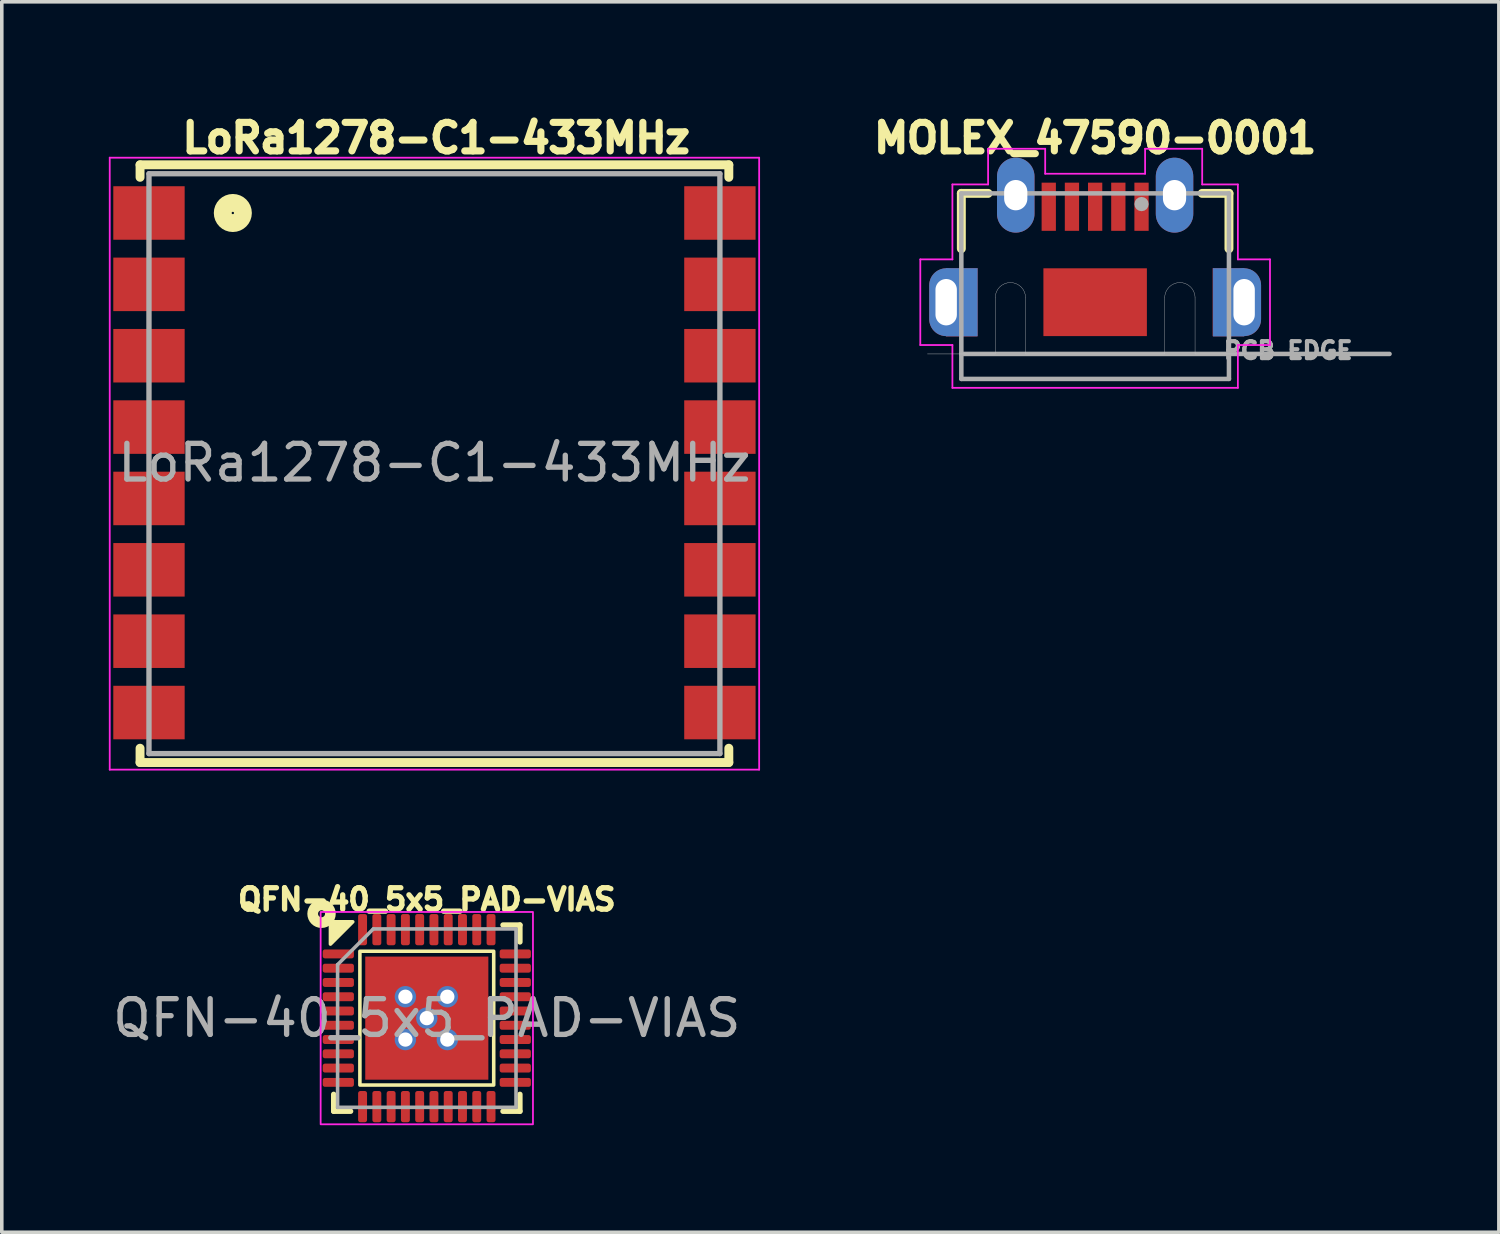
<source format=kicad_pcb>
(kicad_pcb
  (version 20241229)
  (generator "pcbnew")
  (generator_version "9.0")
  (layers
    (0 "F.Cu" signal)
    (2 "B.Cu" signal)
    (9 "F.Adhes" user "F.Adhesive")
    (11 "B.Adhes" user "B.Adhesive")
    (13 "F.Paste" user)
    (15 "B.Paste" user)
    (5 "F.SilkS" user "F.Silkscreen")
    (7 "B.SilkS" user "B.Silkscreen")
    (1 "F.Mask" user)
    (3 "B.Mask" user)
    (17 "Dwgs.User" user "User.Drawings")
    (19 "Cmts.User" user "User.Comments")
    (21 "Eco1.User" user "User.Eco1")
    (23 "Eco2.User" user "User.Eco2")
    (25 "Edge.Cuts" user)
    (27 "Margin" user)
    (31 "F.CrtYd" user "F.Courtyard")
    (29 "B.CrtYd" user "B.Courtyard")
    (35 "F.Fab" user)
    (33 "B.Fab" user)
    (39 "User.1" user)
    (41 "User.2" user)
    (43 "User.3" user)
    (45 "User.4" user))
  (footprint "LoRa1278-C1-433MHz"
    (layer "F.Cu")
    (at 9.125 9.919)
    (property "Reference" "LoRa1278-C1-433MHz" (at 0.05 -9.1 0) (unlocked yes) (layer "F.SilkS") (effects (font (size 0.8 0.8) (thickness 0.2) (bold yes))))
    (attr smd)
    (fp_line (start -8.25 -8.35) (end 8.25 -8.35) (stroke (width 0.25) (type solid)) (layer "F.SilkS"))
    (fp_line (start -8.25 -8) (end -8.25 -8.35) (stroke (width 0.25) (type solid)) (layer "F.SilkS"))
    (fp_line (start -8.25 8) (end -8.25 8.4) (stroke (width 0.25) (type solid)) (layer "F.SilkS"))
    (fp_line (start -8.25 8.4) (end 8.25 8.4) (stroke (width 0.25) (type solid)) (layer "F.SilkS"))
    (fp_line (start 8.25 -8.35) (end 8.25 -8) (stroke (width 0.25) (type solid)) (layer "F.SilkS"))
    (fp_line (start 8.25 8.4) (end 8.25 8) (stroke (width 0.25) (type solid)) (layer "F.SilkS"))
    (fp_circle (center -5.65 -7) (end -5.367 -7) (stroke (width 0.5) (type default)) (fill no) (layer "F.SilkS"))
    (fp_line (start -9.1 -8.55) (end 9.1 -8.55) (stroke (width 0.05) (type solid)) (layer "F.CrtYd"))
    (fp_line (start -9.1 8.6) (end -9.1 -8.55) (stroke (width 0.05) (type solid)) (layer "F.CrtYd"))
    (fp_line (start 9.1 -8.55) (end 9.1 8.6) (stroke (width 0.05) (type solid)) (layer "F.CrtYd"))
    (fp_line (start 9.1 8.6) (end -9.1 8.6) (stroke (width 0.05) (type solid)) (layer "F.CrtYd"))
    (fp_line (start -8 -8.1) (end 8 -8.1) (stroke (width 0.15) (type solid)) (layer "F.Fab"))
    (fp_line (start -8 8.15) (end -8 -8.1) (stroke (width 0.15) (type solid)) (layer "F.Fab"))
    (fp_line (start 8 -8.1) (end 8 8.15) (stroke (width 0.15) (type solid)) (layer "F.Fab"))
    (fp_line (start 8 8.15) (end -8 8.15) (stroke (width 0.15) (type solid)) (layer "F.Fab"))
    (fp_text user "${REFERENCE}" (at 0 0 0) (unlocked yes) (layer "F.Fab") (effects (font (size 1 1) (thickness 0.15))))
    (pad "1" smd rect (at -8 -7) (size 2 1.5) (layers "F.Cu" "F.Mask" "F.Paste"))
    (pad "2" smd rect (at -8 -5) (size 2 1.5) (layers "F.Cu" "F.Mask" "F.Paste"))
    (pad "3" smd rect (at -8 -3) (size 2 1.5) (layers "F.Cu" "F.Mask" "F.Paste"))
    (pad "4" smd rect (at -8 -1) (size 2 1.5) (layers "F.Cu" "F.Mask" "F.Paste"))
    (pad "5" smd rect (at -8 1) (size 2 1.5) (layers "F.Cu" "F.Mask" "F.Paste"))
    (pad "6" smd rect (at -8 3) (size 2 1.5) (layers "F.Cu" "F.Mask" "F.Paste"))
    (pad "7" smd rect (at -8 5) (size 2 1.5) (layers "F.Cu" "F.Mask" "F.Paste"))
    (pad "8" smd rect (at -8 7) (size 2 1.5) (layers "F.Cu" "F.Mask" "F.Paste"))
    (pad "9" smd rect (at 8 7) (size 2 1.5) (layers "F.Cu" "F.Mask" "F.Paste"))
    (pad "10" smd rect (at 8 5) (size 2 1.5) (layers "F.Cu" "F.Mask" "F.Paste"))
    (pad "11" smd rect (at 8 3) (size 2 1.5) (layers "F.Cu" "F.Mask" "F.Paste"))
    (pad "12" smd rect (at 8 1) (size 2 1.5) (layers "F.Cu" "F.Mask" "F.Paste"))
    (pad "13" smd rect (at 8 -1) (size 2 1.5) (layers "F.Cu" "F.Mask" "F.Paste"))
    (pad "14" smd rect (at 8 -3) (size 2 1.5) (layers "F.Cu" "F.Mask" "F.Paste"))
    (pad "15" smd rect (at 8 -5) (size 2 1.5) (layers "F.Cu" "F.Mask" "F.Paste"))
    (pad "16" smd rect (at 8 -7) (size 2 1.5) (layers "F.Cu" "F.Mask" "F.Paste")))
  (footprint "QFN-40_5x5_PAD-VIAS"
    (layer "F.Cu")
    (at 8.911 25.483)
    (property "Reference" "QFN-40_5x5_PAD-VIAS" (at 0 -3.325 0) (unlocked yes) (layer "F.SilkS") (effects (font (size 0.6 0.6) (thickness 0.15) (bold yes))))
    (attr smd)
    (fp_line (start -2.61 2.61) (end -2.61 2.135) (stroke (width 0.15) (type solid)) (layer "F.SilkS"))
    (fp_line (start -2.135 2.61) (end -2.61 2.61) (stroke (width 0.15) (type solid)) (layer "F.SilkS"))
    (fp_line (start 2.135 -2.61) (end 2.61 -2.61) (stroke (width 0.15) (type solid)) (layer "F.SilkS"))
    (fp_line (start 2.135 2.61) (end 2.61 2.61) (stroke (width 0.15) (type solid)) (layer "F.SilkS"))
    (fp_line (start 2.61 -2.61) (end 2.61 -2.135) (stroke (width 0.15) (type solid)) (layer "F.SilkS"))
    (fp_line (start 2.61 2.61) (end 2.61 2.135) (stroke (width 0.15) (type solid)) (layer "F.SilkS"))
    (fp_rect (start -1.875 -1.875) (end 1.875 1.875) (stroke (width 0.1) (type default)) (fill no) (layer "F.SilkS"))
    (fp_circle (center -2.95 -2.925) (end -2.852 -2.925) (stroke (width 0.3) (type solid)) (fill no) (layer "F.SilkS"))
    (fp_poly (pts (xy -2.075 -2.7) (xy -2.7 -2.7) (xy -2.7 -2.075)) (stroke (width 0.1) (type solid)) (fill yes) (layer "F.SilkS"))
    (fp_rect (start -2.975 -2.975) (end 2.975 2.975) (stroke (width 0.05) (type default)) (fill no) (layer "F.CrtYd"))
    (fp_line (start -2.5 -1.5) (end -1.5 -2.5) (stroke (width 0.1) (type solid)) (layer "F.Fab"))
    (fp_line (start -2.5 2.5) (end -2.5 -1.5) (stroke (width 0.1) (type solid)) (layer "F.Fab"))
    (fp_line (start -1.5 -2.5) (end 2.5 -2.5) (stroke (width 0.1) (type solid)) (layer "F.Fab"))
    (fp_line (start 2.5 -2.5) (end 2.5 2.5) (stroke (width 0.1) (type solid)) (layer "F.Fab"))
    (fp_line (start 2.5 2.5) (end -2.5 2.5) (stroke (width 0.1) (type solid)) (layer "F.Fab"))
    (fp_text user "${REFERENCE}" (at 0 0 0) (unlocked yes) (layer "F.Fab") (effects (font (size 1 1) (thickness 0.15))))
    (pad "" smd roundrect (at -1.15 -1.15) (size 0.93 0.93) (layers "F.Paste") (roundrect_rratio 0.25))
    (pad "" smd roundrect (at -1.15 0) (size 0.93 0.93) (layers "F.Paste") (roundrect_rratio 0.25))
    (pad "" smd roundrect (at -1.15 1.15) (size 0.93 0.93) (layers "F.Paste") (roundrect_rratio 0.25))
    (pad "" smd roundrect (at 0 -1.15) (size 0.93 0.93) (layers "F.Paste") (roundrect_rratio 0.25))
    (pad "" smd roundrect (at 0 0) (size 0.93 0.93) (layers "F.Paste") (roundrect_rratio 0.25))
    (pad "" smd roundrect (at 0 1.15) (size 0.93 0.93) (layers "F.Paste") (roundrect_rratio 0.25))
    (pad "" smd roundrect (at 1.15 -1.15) (size 0.93 0.93) (layers "F.Paste") (roundrect_rratio 0.25))
    (pad "" smd roundrect (at 1.15 0) (size 0.93 0.93) (layers "F.Paste") (roundrect_rratio 0.25))
    (pad "" smd roundrect (at 1.15 1.15) (size 0.93 0.93) (layers "F.Paste") (roundrect_rratio 0.25))
    (pad "1" smd roundrect (at -2.48 -1.8) (size 0.875 0.25) (layers "F.Cu" "F.Mask" "F.Paste") (roundrect_rratio 0.25))
    (pad "2" smd roundrect (at -2.48 -1.4) (size 0.875 0.25) (layers "F.Cu" "F.Mask" "F.Paste") (roundrect_rratio 0.25))
    (pad "3" smd roundrect (at -2.48 -1) (size 0.875 0.25) (layers "F.Cu" "F.Mask" "F.Paste") (roundrect_rratio 0.25))
    (pad "4" smd roundrect (at -2.48 -0.6) (size 0.875 0.25) (layers "F.Cu" "F.Mask" "F.Paste") (roundrect_rratio 0.25))
    (pad "5" smd roundrect (at -2.48 -0.2) (size 0.875 0.25) (layers "F.Cu" "F.Mask" "F.Paste") (roundrect_rratio 0.25))
    (pad "6" smd roundrect (at -2.48 0.2) (size 0.875 0.25) (layers "F.Cu" "F.Mask" "F.Paste") (roundrect_rratio 0.25))
    (pad "7" smd roundrect (at -2.48 0.6) (size 0.875 0.25) (layers "F.Cu" "F.Mask" "F.Paste") (roundrect_rratio 0.25))
    (pad "8" smd roundrect (at -2.48 1) (size 0.875 0.25) (layers "F.Cu" "F.Mask" "F.Paste") (roundrect_rratio 0.25))
    (pad "9" smd roundrect (at -2.48 1.4) (size 0.875 0.25) (layers "F.Cu" "F.Mask" "F.Paste") (roundrect_rratio 0.25))
    (pad "10" smd roundrect (at -2.48 1.8) (size 0.875 0.25) (layers "F.Cu" "F.Mask" "F.Paste") (roundrect_rratio 0.25))
    (pad "11" smd roundrect (at -1.8 2.48) (size 0.25 0.875) (layers "F.Cu" "F.Mask" "F.Paste") (roundrect_rratio 0.25))
    (pad "12" smd roundrect (at -1.4 2.48) (size 0.25 0.875) (layers "F.Cu" "F.Mask" "F.Paste") (roundrect_rratio 0.25))
    (pad "13" smd roundrect (at -1 2.48) (size 0.25 0.875) (layers "F.Cu" "F.Mask" "F.Paste") (roundrect_rratio 0.25))
    (pad "14" smd roundrect (at -0.6 2.48) (size 0.25 0.875) (layers "F.Cu" "F.Mask" "F.Paste") (roundrect_rratio 0.25))
    (pad "15" smd roundrect (at -0.2 2.48) (size 0.25 0.875) (layers "F.Cu" "F.Mask" "F.Paste") (roundrect_rratio 0.25))
    (pad "16" smd roundrect (at 0.2 2.48) (size 0.25 0.875) (layers "F.Cu" "F.Mask" "F.Paste") (roundrect_rratio 0.25))
    (pad "17" smd roundrect (at 0.6 2.48) (size 0.25 0.875) (layers "F.Cu" "F.Mask" "F.Paste") (roundrect_rratio 0.25))
    (pad "18" smd roundrect (at 1 2.48) (size 0.25 0.875) (layers "F.Cu" "F.Mask" "F.Paste") (roundrect_rratio 0.25))
    (pad "19" smd roundrect (at 1.4 2.48) (size 0.25 0.875) (layers "F.Cu" "F.Mask" "F.Paste") (roundrect_rratio 0.25))
    (pad "20" smd roundrect (at 1.8 2.48) (size 0.25 0.875) (layers "F.Cu" "F.Mask" "F.Paste") (roundrect_rratio 0.25))
    (pad "21" smd roundrect (at 2.48 1.8) (size 0.875 0.25) (layers "F.Cu" "F.Mask" "F.Paste") (roundrect_rratio 0.25))
    (pad "22" smd roundrect (at 2.48 1.4) (size 0.875 0.25) (layers "F.Cu" "F.Mask" "F.Paste") (roundrect_rratio 0.25))
    (pad "23" smd roundrect (at 2.48 1) (size 0.875 0.25) (layers "F.Cu" "F.Mask" "F.Paste") (roundrect_rratio 0.25))
    (pad "24" smd roundrect (at 2.48 0.6) (size 0.875 0.25) (layers "F.Cu" "F.Mask" "F.Paste") (roundrect_rratio 0.25))
    (pad "25" smd roundrect (at 2.48 0.2) (size 0.875 0.25) (layers "F.Cu" "F.Mask" "F.Paste") (roundrect_rratio 0.25))
    (pad "26" smd roundrect (at 2.48 -0.2) (size 0.875 0.25) (layers "F.Cu" "F.Mask" "F.Paste") (roundrect_rratio 0.25))
    (pad "27" smd roundrect (at 2.48 -0.6) (size 0.875 0.25) (layers "F.Cu" "F.Mask" "F.Paste") (roundrect_rratio 0.25))
    (pad "28" smd roundrect (at 2.48 -1) (size 0.875 0.25) (layers "F.Cu" "F.Mask" "F.Paste") (roundrect_rratio 0.25))
    (pad "29" smd roundrect (at 2.48 -1.4) (size 0.875 0.25) (layers "F.Cu" "F.Mask" "F.Paste") (roundrect_rratio 0.25))
    (pad "30" smd roundrect (at 2.48 -1.8) (size 0.875 0.25) (layers "F.Cu" "F.Mask" "F.Paste") (roundrect_rratio 0.25))
    (pad "31" smd roundrect (at 1.8 -2.48) (size 0.25 0.875) (layers "F.Cu" "F.Mask" "F.Paste") (roundrect_rratio 0.25))
    (pad "32" smd roundrect (at 1.4 -2.48) (size 0.25 0.875) (layers "F.Cu" "F.Mask" "F.Paste") (roundrect_rratio 0.25))
    (pad "33" smd roundrect (at 1 -2.48) (size 0.25 0.875) (layers "F.Cu" "F.Mask" "F.Paste") (roundrect_rratio 0.25))
    (pad "34" smd roundrect (at 0.6 -2.48) (size 0.25 0.875) (layers "F.Cu" "F.Mask" "F.Paste") (roundrect_rratio 0.25))
    (pad "35" smd roundrect (at 0.2 -2.48) (size 0.25 0.875) (layers "F.Cu" "F.Mask" "F.Paste") (roundrect_rratio 0.25))
    (pad "36" smd roundrect (at -0.2 -2.48) (size 0.25 0.875) (layers "F.Cu" "F.Mask" "F.Paste") (roundrect_rratio 0.25))
    (pad "37" smd roundrect (at -0.6 -2.48) (size 0.25 0.875) (layers "F.Cu" "F.Mask" "F.Paste") (roundrect_rratio 0.25))
    (pad "38" smd roundrect (at -1 -2.48) (size 0.25 0.875) (layers "F.Cu" "F.Mask" "F.Paste") (roundrect_rratio 0.25))
    (pad "39" smd roundrect (at -1.4 -2.48) (size 0.25 0.875) (layers "F.Cu" "F.Mask" "F.Paste") (roundrect_rratio 0.25))
    (pad "40" smd roundrect (at -1.8 -2.48) (size 0.25 0.875) (layers "F.Cu" "F.Mask" "F.Paste") (roundrect_rratio 0.25))
    (pad "41" thru_hole circle (at -0.6 -0.6) (size 0.6 0.6) (drill 0.4) (layers "*.Cu"))
    (pad "41" thru_hole circle (at -0.6 0.6) (size 0.6 0.6) (drill 0.4) (layers "*.Cu"))
    (pad "41" thru_hole circle (at 0 0) (size 0.6 0.6) (drill 0.4) (layers "*.Cu"))
    (pad "41" smd rect (at 0 0) (size 3.45 3.45) (layers "F.Cu" "F.Mask"))
    (pad "41" thru_hole circle (at 0.575 -0.6) (size 0.6 0.6) (drill 0.4) (layers "*.Cu"))
    (pad "41" thru_hole circle (at 0.575 0.6) (size 0.6 0.6) (drill 0.4) (layers "*.Cu")))
  (footprint "MOLEX_47590-0001"
    (layer "F.Cu")
    (at 27.641 5.419)
    (property "Reference" "MOLEX_47590-0001" (at 0 -4.6 0) (layer "F.SilkS") (effects (font (size 0.8 0.8) (thickness 0.2) (bold yes))))
    (attr smd)
    (fp_poly (pts (xy -4.177 -0.95) (xy -3.3 -0.95) (xy -3.3 0.951) (xy -4.177 0.951)) (stroke (width 0.01) (type solid)) (fill yes) (layer "F.Cu"))
    (fp_poly (pts (xy 3.3 -0.95) (xy 4.175 -0.95) (xy 4.175 0.95) (xy 3.3 0.95)) (stroke (width 0.01) (type solid)) (fill yes) (layer "F.Cu"))
    (fp_poly (pts (xy -4.175 -1.05) (xy -3.2 -1.05) (xy -3.2 1.05) (xy -4.175 1.05)) (stroke (width 0.01) (type solid)) (fill yes) (layer "F.Mask"))
    (fp_poly (pts (xy 3.205 -1.05) (xy 4.175 -1.05) (xy 4.175 1.052) (xy 3.205 1.052)) (stroke (width 0.01) (type solid)) (fill yes) (layer "F.Mask"))
    (fp_poly (pts (xy -4.177 -0.95) (xy -3.3 -0.95) (xy -3.3 0.95) (xy -4.177 0.95)) (stroke (width 0.01) (type solid)) (fill yes) (layer "B.Cu"))
    (fp_poly (pts (xy 3.305 -0.95) (xy 4.175 -0.95) (xy 4.175 0.951) (xy 3.305 0.951)) (stroke (width 0.01) (type solid)) (fill yes) (layer "B.Cu"))
    (fp_poly (pts (xy -4.181 -1.05) (xy -3.2 -1.05) (xy -3.2 1.052) (xy -4.181 1.052)) (stroke (width 0.01) (type solid)) (fill yes) (layer "B.Mask"))
    (fp_poly (pts (xy 3.206 -1.05) (xy 4.175 -1.05) (xy 4.175 1.052) (xy 3.206 1.052)) (stroke (width 0.01) (type solid)) (fill yes) (layer "B.Mask"))
    (fp_line (start -3.75 -3.05) (end -3.75 -1.5) (stroke (width 0.25) (type solid)) (layer "F.SilkS"))
    (fp_line (start -3 -3.05) (end -3.75 -3.05) (stroke (width 0.25) (type solid)) (layer "F.SilkS"))
    (fp_line (start 3 -3.05) (end 3.75 -3.05) (stroke (width 0.25) (type solid)) (layer "F.SilkS"))
    (fp_line (start 3.75 -3.05) (end 3.75 -1.5) (stroke (width 0.25) (type solid)) (layer "F.SilkS"))
    (fp_poly (pts (xy -4.178 -0.95) (xy -3.3 -0.95) (xy -3.3 0.951) (xy -4.178 0.951)) (stroke (width 0.01) (type solid)) (fill yes) (layer "F.Paste"))
    (fp_poly (pts (xy 3.306 -0.95) (xy 4.175 -0.95) (xy 4.175 0.952) (xy 3.306 0.952)) (stroke (width 0.01) (type solid)) (fill yes) (layer "F.Paste"))
    (fp_poly (pts (xy -4.183 -0.95) (xy -3.3 -0.95) (xy -3.3 0.952) (xy -4.183 0.952)) (stroke (width 0.01) (type solid)) (fill yes) (layer "B.Paste"))
    (fp_poly (pts (xy 3.305 -0.95) (xy 4.175 -0.95) (xy 4.175 0.952) (xy 3.305 0.952)) (stroke (width 0.01) (type solid)) (fill yes) (layer "B.Paste"))
    (fp_line (start -2.8 1.45) (end -4.7 1.45) (stroke (width 0.01) (type solid)) (layer "Dwgs.User"))
    (fp_line (start -2.8 1.45) (end -2.8 -0.125) (stroke (width 0.01) (type solid)) (layer "Dwgs.User"))
    (fp_line (start -1.95 -0.125) (end -1.95 1.45) (stroke (width 0.01) (type solid)) (layer "Dwgs.User"))
    (fp_line (start -1.95 1.45) (end 1.95 1.45) (stroke (width 0.01) (type solid)) (layer "Dwgs.User"))
    (fp_line (start 1.95 1.45) (end 1.95 -0.125) (stroke (width 0.01) (type solid)) (layer "Dwgs.User"))
    (fp_line (start 2.8 -0.125) (end 2.8 1.45) (stroke (width 0.01) (type solid)) (layer "Dwgs.User"))
    (fp_line (start 2.8 1.45) (end 4.7 1.45) (stroke (width 0.01) (type solid)) (layer "Dwgs.User"))
    (fp_arc (start -2.8 -0.125) (mid -2.375 -0.55) (end -1.95 -0.125) (stroke (width 0.01) (type solid)) (layer "Dwgs.User"))
    (fp_arc (start 1.95 -0.125) (mid 2.375 -0.55) (end 2.8 -0.125) (stroke (width 0.01) (type solid)) (layer "Dwgs.User"))
    (fp_line (start -4.9 -1.2) (end -4 -1.2) (stroke (width 0.05) (type solid)) (layer "F.CrtYd"))
    (fp_line (start -4.9 1.2) (end -4.9 -1.2) (stroke (width 0.05) (type solid)) (layer "F.CrtYd"))
    (fp_line (start -4 -3.3) (end -3 -3.3) (stroke (width 0.05) (type solid)) (layer "F.CrtYd"))
    (fp_line (start -4 -1.2) (end -4 -3.3) (stroke (width 0.05) (type solid)) (layer "F.CrtYd"))
    (fp_line (start -4 1.2) (end -4.9 1.2) (stroke (width 0.05) (type solid)) (layer "F.CrtYd"))
    (fp_line (start -4 2.4) (end -4 1.2) (stroke (width 0.05) (type solid)) (layer "F.CrtYd"))
    (fp_line (start -3 -4.3) (end -1.4 -4.3) (stroke (width 0.05) (type solid)) (layer "F.CrtYd"))
    (fp_line (start -3 -3.3) (end -3 -4.3) (stroke (width 0.05) (type solid)) (layer "F.CrtYd"))
    (fp_line (start -1.4 -4.3) (end -1.4 -3.6) (stroke (width 0.05) (type solid)) (layer "F.CrtYd"))
    (fp_line (start -1.4 -3.6) (end 1.4 -3.6) (stroke (width 0.05) (type solid)) (layer "F.CrtYd"))
    (fp_line (start 1.4 -4.3) (end 3 -4.3) (stroke (width 0.05) (type solid)) (layer "F.CrtYd"))
    (fp_line (start 1.4 -3.6) (end 1.4 -4.3) (stroke (width 0.05) (type solid)) (layer "F.CrtYd"))
    (fp_line (start 3 -4.3) (end 3 -3.3) (stroke (width 0.05) (type solid)) (layer "F.CrtYd"))
    (fp_line (start 3 -3.3) (end 4 -3.3) (stroke (width 0.05) (type solid)) (layer "F.CrtYd"))
    (fp_line (start 4 -3.3) (end 4 -1.2) (stroke (width 0.05) (type solid)) (layer "F.CrtYd"))
    (fp_line (start 4 -1.2) (end 4.9 -1.2) (stroke (width 0.05) (type solid)) (layer "F.CrtYd"))
    (fp_line (start 4 1.2) (end 4 2.4) (stroke (width 0.05) (type solid)) (layer "F.CrtYd"))
    (fp_line (start 4 2.4) (end -4 2.4) (stroke (width 0.05) (type solid)) (layer "F.CrtYd"))
    (fp_line (start 4.9 -1.2) (end 4.9 1.2) (stroke (width 0.05) (type solid)) (layer "F.CrtYd"))
    (fp_line (start 4.9 1.2) (end 4 1.2) (stroke (width 0.05) (type solid)) (layer "F.CrtYd"))
    (fp_line (start -3.75 -3.05) (end 3.75 -3.05) (stroke (width 0.127) (type solid)) (layer "F.Fab"))
    (fp_line (start -3.75 1.45) (end -3.75 -3.05) (stroke (width 0.127) (type solid)) (layer "F.Fab"))
    (fp_line (start -3.75 1.45) (end 8.25 1.45) (stroke (width 0.127) (type solid)) (layer "F.Fab"))
    (fp_line (start -3.75 2.15) (end -3.75 1.45) (stroke (width 0.127) (type solid)) (layer "F.Fab"))
    (fp_line (start 3.75 -3.05) (end 3.75 2.15) (stroke (width 0.127) (type solid)) (layer "F.Fab"))
    (fp_line (start 3.75 2.15) (end -3.75 2.15) (stroke (width 0.127) (type solid)) (layer "F.Fab"))
    (fp_circle (center 1.3 -2.75) (end 1.4 -2.75) (stroke (width 0.2) (type solid)) (fill no) (layer "F.Fab"))
    (fp_text user "PCB EDGE" (at 5.408 1.353 0) (layer "F.Fab") (effects (font (size 0.473 0.473) (thickness 0.15))))
    (pad "1" smd rect (at 1.3 -2.675 90) (size 1.35 0.4) (layers "F.Cu" "F.Mask" "F.Paste"))
    (pad "2" smd rect (at 0.65 -2.675 90) (size 1.35 0.4) (layers "F.Cu" "F.Mask" "F.Paste"))
    (pad "3" smd rect (at 0 -2.675 90) (size 1.35 0.4) (layers "F.Cu" "F.Mask" "F.Paste"))
    (pad "4" smd rect (at -0.65 -2.675 90) (size 1.35 0.4) (layers "F.Cu" "F.Mask" "F.Paste"))
    (pad "5" smd rect (at -1.3 -2.675 90) (size 1.35 0.4) (layers "F.Cu" "F.Mask" "F.Paste"))
    (pad "6" thru_hole oval (at -4.175 0) (size 0.95 1.9) (drill oval 0.6 1.3) (layers "*.Cu" "*.Mask"))
    (pad "6" thru_hole oval (at -2.225 -3) (size 1.05 2.1) (drill oval 0.65 0.85) (layers "*.Cu" "*.Mask"))
    (pad "6" smd rect (at 0 0 90) (size 1.9 2.9) (layers "F.Cu" "F.Mask" "F.Paste"))
    (pad "6" thru_hole oval (at 2.225 -3) (size 1.05 2.1) (drill oval 0.65 0.85) (layers "*.Cu" "*.Mask"))
    (pad "6" thru_hole oval (at 4.175 0) (size 0.95 1.9) (drill oval 0.6 1.3) (layers "*.Cu" "*.Mask")))
  (gr_rect
    (start -3 -3)
    (end 38.955 31.483)
    (stroke (width 0.1) (type default))
    (fill no)
    (layer "Edge.Cuts")))
</source>
